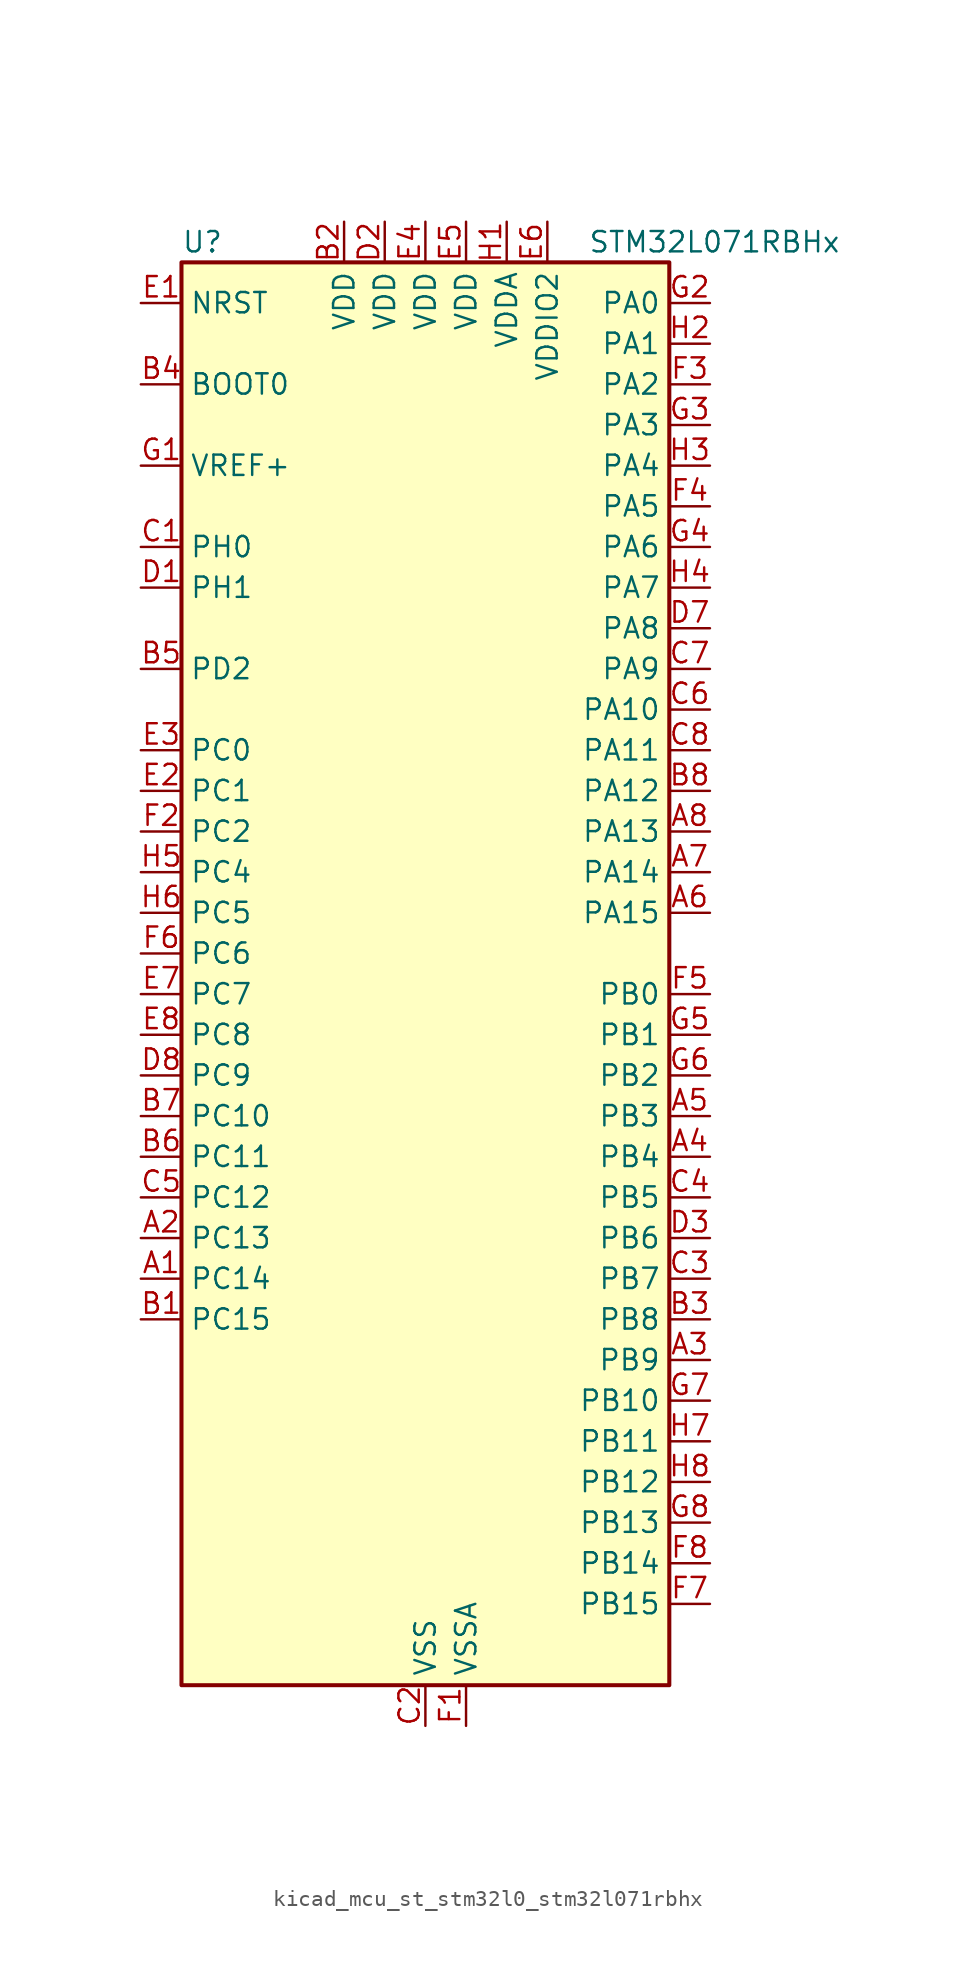
<source format=kicad_sym>
(kicad_symbol_lib
  (version 20220914)
  (generator kicad_symbol_editor)
  (symbol "kicad_mcu_st_stm32l0_stm32l071rbhx"
    (property "Reference" "U"
      (at -15.24 46.99 0)
      (effects (font (size 1.27 1.27)) (justify left)))
    (property "Value" "STM32L071RBHx"
      (at 10.16 46.99 0)
      (effects (font (size 1.27 1.27)) (justify left)))
    (property "ki_locked" ""
      (at 0 0 0)
      (effects (font (size 1.27 1.27))))
    (symbol "kicad_mcu_st_stm32l0_stm32l071rbhx_0_1"
      (rectangle (start -15.24 -43.18) (end 15.24 45.72) (stroke (width 0.254) (type default)) (fill (type background))))
    (symbol "kicad_mcu_st_stm32l0_stm32l071rbhx_1_1"
      (pin bidirectional line (at -17.78 -17.78 0) (length 2.54) (name "PC14" (effects (font (size 1.27 1.27)))) (number "A1" (effects (font (size 1.27 1.27)))) (alternate "RCC_OSC32_IN" bidirectional line))
      (pin bidirectional line (at -17.78 -15.24 0) (length 2.54) (name "PC13" (effects (font (size 1.27 1.27)))) (number "A2" (effects (font (size 1.27 1.27)))) (alternate "RTC_OUT_ALARM" bidirectional line) (alternate "RTC_OUT_CALIB" bidirectional line) (alternate "RTC_TAMP1" bidirectional line) (alternate "RTC_TS" bidirectional line) (alternate "SYS_WKUP2" bidirectional line))
      (pin bidirectional line (at 17.78 -22.86 180) (length 2.54) (name "PB9" (effects (font (size 1.27 1.27)))) (number "A3" (effects (font (size 1.27 1.27)))) (alternate "I2C1_SDA" bidirectional line) (alternate "I2S2_WS" bidirectional line) (alternate "SPI2_NSS" bidirectional line))
      (pin bidirectional line (at 17.78 -10.16 180) (length 2.54) (name "PB4" (effects (font (size 1.27 1.27)))) (number "A4" (effects (font (size 1.27 1.27)))) (alternate "COMP2_INP" bidirectional line) (alternate "I2C3_SDA" bidirectional line) (alternate "SPI1_MISO" bidirectional line) (alternate "TIM22_CH1" bidirectional line) (alternate "TIM3_CH1" bidirectional line) (alternate "USART1_CTS" bidirectional line) (alternate "USART5_RX" bidirectional line))
      (pin bidirectional line (at 17.78 -7.62 180) (length 2.54) (name "PB3" (effects (font (size 1.27 1.27)))) (number "A5" (effects (font (size 1.27 1.27)))) (alternate "COMP2_INM" bidirectional line) (alternate "SPI1_SCK" bidirectional line) (alternate "TIM2_CH2" bidirectional line) (alternate "USART1_DE" bidirectional line) (alternate "USART1_RTS" bidirectional line) (alternate "USART5_TX" bidirectional line))
      (pin bidirectional line (at 17.78 5.08 180) (length 2.54) (name "PA15" (effects (font (size 1.27 1.27)))) (number "A6" (effects (font (size 1.27 1.27)))) (alternate "SPI1_NSS" bidirectional line) (alternate "TIM2_CH1" bidirectional line) (alternate "TIM2_ETR" bidirectional line) (alternate "USART2_RX" bidirectional line) (alternate "USART4_DE" bidirectional line) (alternate "USART4_RTS" bidirectional line))
      (pin bidirectional line (at 17.78 7.62 180) (length 2.54) (name "PA14" (effects (font (size 1.27 1.27)))) (number "A7" (effects (font (size 1.27 1.27)))) (alternate "LPUART1_TX" bidirectional line) (alternate "SYS_SWCLK" bidirectional line) (alternate "USART2_TX" bidirectional line))
      (pin bidirectional line (at 17.78 10.16 180) (length 2.54) (name "PA13" (effects (font (size 1.27 1.27)))) (number "A8" (effects (font (size 1.27 1.27)))) (alternate "LPUART1_RX" bidirectional line) (alternate "SYS_SWDIO" bidirectional line))
      (pin bidirectional line (at -17.78 -20.32 0) (length 2.54) (name "PC15" (effects (font (size 1.27 1.27)))) (number "B1" (effects (font (size 1.27 1.27)))) (alternate "RCC_OSC32_OUT" bidirectional line))
      (pin power_in line (at -5.08 48.26 270) (length 2.54) (name "VDD" (effects (font (size 1.27 1.27)))) (number "B2" (effects (font (size 1.27 1.27)))))
      (pin bidirectional line (at 17.78 -20.32 180) (length 2.54) (name "PB8" (effects (font (size 1.27 1.27)))) (number "B3" (effects (font (size 1.27 1.27)))) (alternate "I2C1_SCL" bidirectional line))
      (pin input line (at -17.78 38.1 0) (length 2.54) (name "BOOT0" (effects (font (size 1.27 1.27)))) (number "B4" (effects (font (size 1.27 1.27)))))
      (pin bidirectional line (at -17.78 20.32 0) (length 2.54) (name "PD2" (effects (font (size 1.27 1.27)))) (number "B5" (effects (font (size 1.27 1.27)))) (alternate "LPUART1_DE" bidirectional line) (alternate "LPUART1_RTS" bidirectional line) (alternate "TIM3_ETR" bidirectional line) (alternate "USART5_RX" bidirectional line))
      (pin bidirectional line (at -17.78 -10.16 0) (length 2.54) (name "PC11" (effects (font (size 1.27 1.27)))) (number "B6" (effects (font (size 1.27 1.27)))) (alternate "ADC_EXTI11" bidirectional line) (alternate "LPUART1_RX" bidirectional line) (alternate "USART4_RX" bidirectional line))
      (pin bidirectional line (at -17.78 -7.62 0) (length 2.54) (name "PC10" (effects (font (size 1.27 1.27)))) (number "B7" (effects (font (size 1.27 1.27)))) (alternate "LPUART1_TX" bidirectional line) (alternate "USART4_TX" bidirectional line))
      (pin bidirectional line (at 17.78 12.7 180) (length 2.54) (name "PA12" (effects (font (size 1.27 1.27)))) (number "B8" (effects (font (size 1.27 1.27)))) (alternate "COMP2_OUT" bidirectional line) (alternate "SPI1_MOSI" bidirectional line) (alternate "USART1_DE" bidirectional line) (alternate "USART1_RTS" bidirectional line))
      (pin bidirectional line (at -17.78 27.94 0) (length 2.54) (name "PH0" (effects (font (size 1.27 1.27)))) (number "C1" (effects (font (size 1.27 1.27)))) (alternate "RCC_OSC_IN" bidirectional line))
      (pin power_in line (at 0 -45.72 90) (length 2.54) (name "VSS" (effects (font (size 1.27 1.27)))) (number "C2" (effects (font (size 1.27 1.27)))))
      (pin bidirectional line (at 17.78 -17.78 180) (length 2.54) (name "PB7" (effects (font (size 1.27 1.27)))) (number "C3" (effects (font (size 1.27 1.27)))) (alternate "COMP2_INP" bidirectional line) (alternate "I2C1_SDA" bidirectional line) (alternate "LPTIM1_IN2" bidirectional line) (alternate "SYS_PVD_IN" bidirectional line) (alternate "USART1_RX" bidirectional line) (alternate "USART4_CTS" bidirectional line))
      (pin bidirectional line (at 17.78 -12.7 180) (length 2.54) (name "PB5" (effects (font (size 1.27 1.27)))) (number "C4" (effects (font (size 1.27 1.27)))) (alternate "COMP2_INP" bidirectional line) (alternate "I2C1_SMBA" bidirectional line) (alternate "LPTIM1_IN1" bidirectional line) (alternate "SPI1_MOSI" bidirectional line) (alternate "TIM22_CH2" bidirectional line) (alternate "TIM3_CH2" bidirectional line) (alternate "USART1_CK" bidirectional line) (alternate "USART5_CK" bidirectional line) (alternate "USART5_DE" bidirectional line) (alternate "USART5_RTS" bidirectional line))
      (pin bidirectional line (at -17.78 -12.7 0) (length 2.54) (name "PC12" (effects (font (size 1.27 1.27)))) (number "C5" (effects (font (size 1.27 1.27)))) (alternate "USART4_CK" bidirectional line) (alternate "USART5_TX" bidirectional line))
      (pin bidirectional line (at 17.78 17.78 180) (length 2.54) (name "PA10" (effects (font (size 1.27 1.27)))) (number "C6" (effects (font (size 1.27 1.27)))) (alternate "I2C1_SDA" bidirectional line) (alternate "USART1_RX" bidirectional line))
      (pin bidirectional line (at 17.78 20.32 180) (length 2.54) (name "PA9" (effects (font (size 1.27 1.27)))) (number "C7" (effects (font (size 1.27 1.27)))) (alternate "I2C1_SCL" bidirectional line) (alternate "I2C3_SMBA" bidirectional line) (alternate "RCC_MCO" bidirectional line) (alternate "USART1_TX" bidirectional line))
      (pin bidirectional line (at 17.78 15.24 180) (length 2.54) (name "PA11" (effects (font (size 1.27 1.27)))) (number "C8" (effects (font (size 1.27 1.27)))) (alternate "ADC_EXTI11" bidirectional line) (alternate "COMP1_OUT" bidirectional line) (alternate "SPI1_MISO" bidirectional line) (alternate "USART1_CTS" bidirectional line))
      (pin bidirectional line (at -17.78 25.4 0) (length 2.54) (name "PH1" (effects (font (size 1.27 1.27)))) (number "D1" (effects (font (size 1.27 1.27)))) (alternate "RCC_OSC_OUT" bidirectional line))
      (pin power_in line (at -2.54 48.26 270) (length 2.54) (name "VDD" (effects (font (size 1.27 1.27)))) (number "D2" (effects (font (size 1.27 1.27)))))
      (pin bidirectional line (at 17.78 -15.24 180) (length 2.54) (name "PB6" (effects (font (size 1.27 1.27)))) (number "D3" (effects (font (size 1.27 1.27)))) (alternate "COMP2_INP" bidirectional line) (alternate "I2C1_SCL" bidirectional line) (alternate "LPTIM1_ETR" bidirectional line) (alternate "USART1_TX" bidirectional line))
      (pin passive line (at 0 -45.72 90) (length 2.54) hide (name "VSS" (effects (font (size 1.27 1.27)))) (number "D4" (effects (font (size 1.27 1.27)))))
      (pin passive line (at 0 -45.72 90) (length 2.54) hide (name "VSS" (effects (font (size 1.27 1.27)))) (number "D5" (effects (font (size 1.27 1.27)))))
      (pin passive line (at 0 -45.72 90) (length 2.54) hide (name "VSS" (effects (font (size 1.27 1.27)))) (number "D6" (effects (font (size 1.27 1.27)))))
      (pin bidirectional line (at 17.78 22.86 180) (length 2.54) (name "PA8" (effects (font (size 1.27 1.27)))) (number "D7" (effects (font (size 1.27 1.27)))) (alternate "I2C3_SCL" bidirectional line) (alternate "RCC_MCO" bidirectional line) (alternate "USART1_CK" bidirectional line))
      (pin bidirectional line (at -17.78 -5.08 0) (length 2.54) (name "PC9" (effects (font (size 1.27 1.27)))) (number "D8" (effects (font (size 1.27 1.27)))) (alternate "I2C3_SDA" bidirectional line) (alternate "TIM21_ETR" bidirectional line) (alternate "TIM3_CH4" bidirectional line))
      (pin input line (at -17.78 43.18 0) (length 2.54) (name "NRST" (effects (font (size 1.27 1.27)))) (number "E1" (effects (font (size 1.27 1.27)))))
      (pin bidirectional line (at -17.78 12.7 0) (length 2.54) (name "PC1" (effects (font (size 1.27 1.27)))) (number "E2" (effects (font (size 1.27 1.27)))) (alternate "ADC_IN11" bidirectional line) (alternate "I2C3_SDA" bidirectional line) (alternate "LPTIM1_OUT" bidirectional line) (alternate "LPUART1_TX" bidirectional line))
      (pin bidirectional line (at -17.78 15.24 0) (length 2.54) (name "PC0" (effects (font (size 1.27 1.27)))) (number "E3" (effects (font (size 1.27 1.27)))) (alternate "ADC_IN10" bidirectional line) (alternate "I2C3_SCL" bidirectional line) (alternate "LPTIM1_IN1" bidirectional line) (alternate "LPUART1_RX" bidirectional line))
      (pin power_in line (at 0 48.26 270) (length 2.54) (name "VDD" (effects (font (size 1.27 1.27)))) (number "E4" (effects (font (size 1.27 1.27)))))
      (pin power_in line (at 2.54 48.26 270) (length 2.54) (name "VDD" (effects (font (size 1.27 1.27)))) (number "E5" (effects (font (size 1.27 1.27)))))
      (pin power_in line (at 7.62 48.26 270) (length 2.54) (name "VDDIO2" (effects (font (size 1.27 1.27)))) (number "E6" (effects (font (size 1.27 1.27)))))
      (pin bidirectional line (at -17.78 0 0) (length 2.54) (name "PC7" (effects (font (size 1.27 1.27)))) (number "E7" (effects (font (size 1.27 1.27)))) (alternate "TIM22_CH2" bidirectional line) (alternate "TIM3_CH2" bidirectional line))
      (pin bidirectional line (at -17.78 -2.54 0) (length 2.54) (name "PC8" (effects (font (size 1.27 1.27)))) (number "E8" (effects (font (size 1.27 1.27)))) (alternate "TIM22_ETR" bidirectional line) (alternate "TIM3_CH3" bidirectional line))
      (pin power_in line (at 2.54 -45.72 90) (length 2.54) (name "VSSA" (effects (font (size 1.27 1.27)))) (number "F1" (effects (font (size 1.27 1.27)))))
      (pin bidirectional line (at -17.78 10.16 0) (length 2.54) (name "PC2" (effects (font (size 1.27 1.27)))) (number "F2" (effects (font (size 1.27 1.27)))) (alternate "ADC_IN12" bidirectional line) (alternate "I2S2_MCK" bidirectional line) (alternate "LPTIM1_IN2" bidirectional line) (alternate "SPI2_MISO" bidirectional line))
      (pin bidirectional line (at 17.78 38.1 180) (length 2.54) (name "PA2" (effects (font (size 1.27 1.27)))) (number "F3" (effects (font (size 1.27 1.27)))) (alternate "ADC_IN2" bidirectional line) (alternate "COMP2_INM" bidirectional line) (alternate "COMP2_OUT" bidirectional line) (alternate "LPUART1_TX" bidirectional line) (alternate "TIM21_CH1" bidirectional line) (alternate "TIM2_CH3" bidirectional line) (alternate "USART2_TX" bidirectional line))
      (pin bidirectional line (at 17.78 30.48 180) (length 2.54) (name "PA5" (effects (font (size 1.27 1.27)))) (number "F4" (effects (font (size 1.27 1.27)))) (alternate "ADC_IN5" bidirectional line) (alternate "COMP1_INM" bidirectional line) (alternate "COMP2_INM" bidirectional line) (alternate "SPI1_SCK" bidirectional line) (alternate "TIM2_CH1" bidirectional line) (alternate "TIM2_ETR" bidirectional line))
      (pin bidirectional line (at 17.78 0 180) (length 2.54) (name "PB0" (effects (font (size 1.27 1.27)))) (number "F5" (effects (font (size 1.27 1.27)))) (alternate "ADC_IN8" bidirectional line) (alternate "SYS_VREF_OUT_PB0" bidirectional line) (alternate "TIM3_CH3" bidirectional line))
      (pin bidirectional line (at -17.78 2.54 0) (length 2.54) (name "PC6" (effects (font (size 1.27 1.27)))) (number "F6" (effects (font (size 1.27 1.27)))) (alternate "TIM22_CH1" bidirectional line) (alternate "TIM3_CH1" bidirectional line))
      (pin bidirectional line (at 17.78 -38.1 180) (length 2.54) (name "PB15" (effects (font (size 1.27 1.27)))) (number "F7" (effects (font (size 1.27 1.27)))) (alternate "I2S2_SD" bidirectional line) (alternate "RTC_REFIN" bidirectional line) (alternate "SPI2_MOSI" bidirectional line))
      (pin bidirectional line (at 17.78 -35.56 180) (length 2.54) (name "PB14" (effects (font (size 1.27 1.27)))) (number "F8" (effects (font (size 1.27 1.27)))) (alternate "I2C2_SDA" bidirectional line) (alternate "I2S2_MCK" bidirectional line) (alternate "LPUART1_DE" bidirectional line) (alternate "LPUART1_RTS" bidirectional line) (alternate "RTC_OUT_ALARM" bidirectional line) (alternate "RTC_OUT_CALIB" bidirectional line) (alternate "SPI2_MISO" bidirectional line) (alternate "TIM21_CH2" bidirectional line))
      (pin input line (at -17.78 33.02 0) (length 2.54) (name "VREF+" (effects (font (size 1.27 1.27)))) (number "G1" (effects (font (size 1.27 1.27)))))
      (pin bidirectional line (at 17.78 43.18 180) (length 2.54) (name "PA0" (effects (font (size 1.27 1.27)))) (number "G2" (effects (font (size 1.27 1.27)))) (alternate "ADC_IN0" bidirectional line) (alternate "COMP1_INM" bidirectional line) (alternate "COMP1_OUT" bidirectional line) (alternate "RTC_TAMP2" bidirectional line) (alternate "SYS_WKUP1" bidirectional line) (alternate "TIM2_CH1" bidirectional line) (alternate "TIM2_ETR" bidirectional line) (alternate "USART2_CTS" bidirectional line) (alternate "USART4_TX" bidirectional line))
      (pin bidirectional line (at 17.78 35.56 180) (length 2.54) (name "PA3" (effects (font (size 1.27 1.27)))) (number "G3" (effects (font (size 1.27 1.27)))) (alternate "ADC_IN3" bidirectional line) (alternate "COMP2_INP" bidirectional line) (alternate "LPUART1_RX" bidirectional line) (alternate "TIM21_CH2" bidirectional line) (alternate "TIM2_CH4" bidirectional line) (alternate "USART2_RX" bidirectional line))
      (pin bidirectional line (at 17.78 27.94 180) (length 2.54) (name "PA6" (effects (font (size 1.27 1.27)))) (number "G4" (effects (font (size 1.27 1.27)))) (alternate "ADC_IN6" bidirectional line) (alternate "COMP1_OUT" bidirectional line) (alternate "LPUART1_CTS" bidirectional line) (alternate "SPI1_MISO" bidirectional line) (alternate "TIM22_CH1" bidirectional line) (alternate "TIM3_CH1" bidirectional line))
      (pin bidirectional line (at 17.78 -2.54 180) (length 2.54) (name "PB1" (effects (font (size 1.27 1.27)))) (number "G5" (effects (font (size 1.27 1.27)))) (alternate "ADC_IN9" bidirectional line) (alternate "LPUART1_DE" bidirectional line) (alternate "LPUART1_RTS" bidirectional line) (alternate "SYS_VREF_OUT_PB1" bidirectional line) (alternate "TIM3_CH4" bidirectional line))
      (pin bidirectional line (at 17.78 -5.08 180) (length 2.54) (name "PB2" (effects (font (size 1.27 1.27)))) (number "G6" (effects (font (size 1.27 1.27)))) (alternate "I2C3_SMBA" bidirectional line) (alternate "LPTIM1_OUT" bidirectional line))
      (pin bidirectional line (at 17.78 -25.4 180) (length 2.54) (name "PB10" (effects (font (size 1.27 1.27)))) (number "G7" (effects (font (size 1.27 1.27)))) (alternate "I2C2_SCL" bidirectional line) (alternate "LPUART1_RX" bidirectional line) (alternate "LPUART1_TX" bidirectional line) (alternate "SPI2_SCK" bidirectional line) (alternate "TIM2_CH3" bidirectional line))
      (pin bidirectional line (at 17.78 -33.02 180) (length 2.54) (name "PB13" (effects (font (size 1.27 1.27)))) (number "G8" (effects (font (size 1.27 1.27)))) (alternate "I2C2_SCL" bidirectional line) (alternate "I2S2_CK" bidirectional line) (alternate "LPUART1_CTS" bidirectional line) (alternate "RCC_MCO" bidirectional line) (alternate "SPI2_SCK" bidirectional line) (alternate "TIM21_CH1" bidirectional line))
      (pin power_in line (at 5.08 48.26 270) (length 2.54) (name "VDDA" (effects (font (size 1.27 1.27)))) (number "H1" (effects (font (size 1.27 1.27)))))
      (pin bidirectional line (at 17.78 40.64 180) (length 2.54) (name "PA1" (effects (font (size 1.27 1.27)))) (number "H2" (effects (font (size 1.27 1.27)))) (alternate "ADC_IN1" bidirectional line) (alternate "COMP1_INP" bidirectional line) (alternate "TIM21_ETR" bidirectional line) (alternate "TIM2_CH2" bidirectional line) (alternate "USART2_DE" bidirectional line) (alternate "USART2_RTS" bidirectional line) (alternate "USART4_RX" bidirectional line))
      (pin bidirectional line (at 17.78 33.02 180) (length 2.54) (name "PA4" (effects (font (size 1.27 1.27)))) (number "H3" (effects (font (size 1.27 1.27)))) (alternate "ADC_IN4" bidirectional line) (alternate "COMP1_INM" bidirectional line) (alternate "COMP2_INM" bidirectional line) (alternate "SPI1_NSS" bidirectional line) (alternate "TIM22_ETR" bidirectional line) (alternate "USART2_CK" bidirectional line))
      (pin bidirectional line (at 17.78 25.4 180) (length 2.54) (name "PA7" (effects (font (size 1.27 1.27)))) (number "H4" (effects (font (size 1.27 1.27)))) (alternate "ADC_IN7" bidirectional line) (alternate "COMP2_OUT" bidirectional line) (alternate "SPI1_MOSI" bidirectional line) (alternate "TIM22_CH2" bidirectional line) (alternate "TIM3_CH2" bidirectional line))
      (pin bidirectional line (at -17.78 7.62 0) (length 2.54) (name "PC4" (effects (font (size 1.27 1.27)))) (number "H5" (effects (font (size 1.27 1.27)))) (alternate "ADC_IN14" bidirectional line) (alternate "LPUART1_TX" bidirectional line))
      (pin bidirectional line (at -17.78 5.08 0) (length 2.54) (name "PC5" (effects (font (size 1.27 1.27)))) (number "H6" (effects (font (size 1.27 1.27)))) (alternate "ADC_IN15" bidirectional line) (alternate "LPUART1_RX" bidirectional line))
      (pin bidirectional line (at 17.78 -27.94 180) (length 2.54) (name "PB11" (effects (font (size 1.27 1.27)))) (number "H7" (effects (font (size 1.27 1.27)))) (alternate "ADC_EXTI11" bidirectional line) (alternate "I2C2_SDA" bidirectional line) (alternate "LPUART1_RX" bidirectional line) (alternate "LPUART1_TX" bidirectional line) (alternate "TIM2_CH4" bidirectional line))
      (pin bidirectional line (at 17.78 -30.48 180) (length 2.54) (name "PB12" (effects (font (size 1.27 1.27)))) (number "H8" (effects (font (size 1.27 1.27)))) (alternate "I2S2_WS" bidirectional line) (alternate "LPUART1_DE" bidirectional line) (alternate "LPUART1_RTS" bidirectional line) (alternate "SPI2_NSS" bidirectional line)))))
</source>
